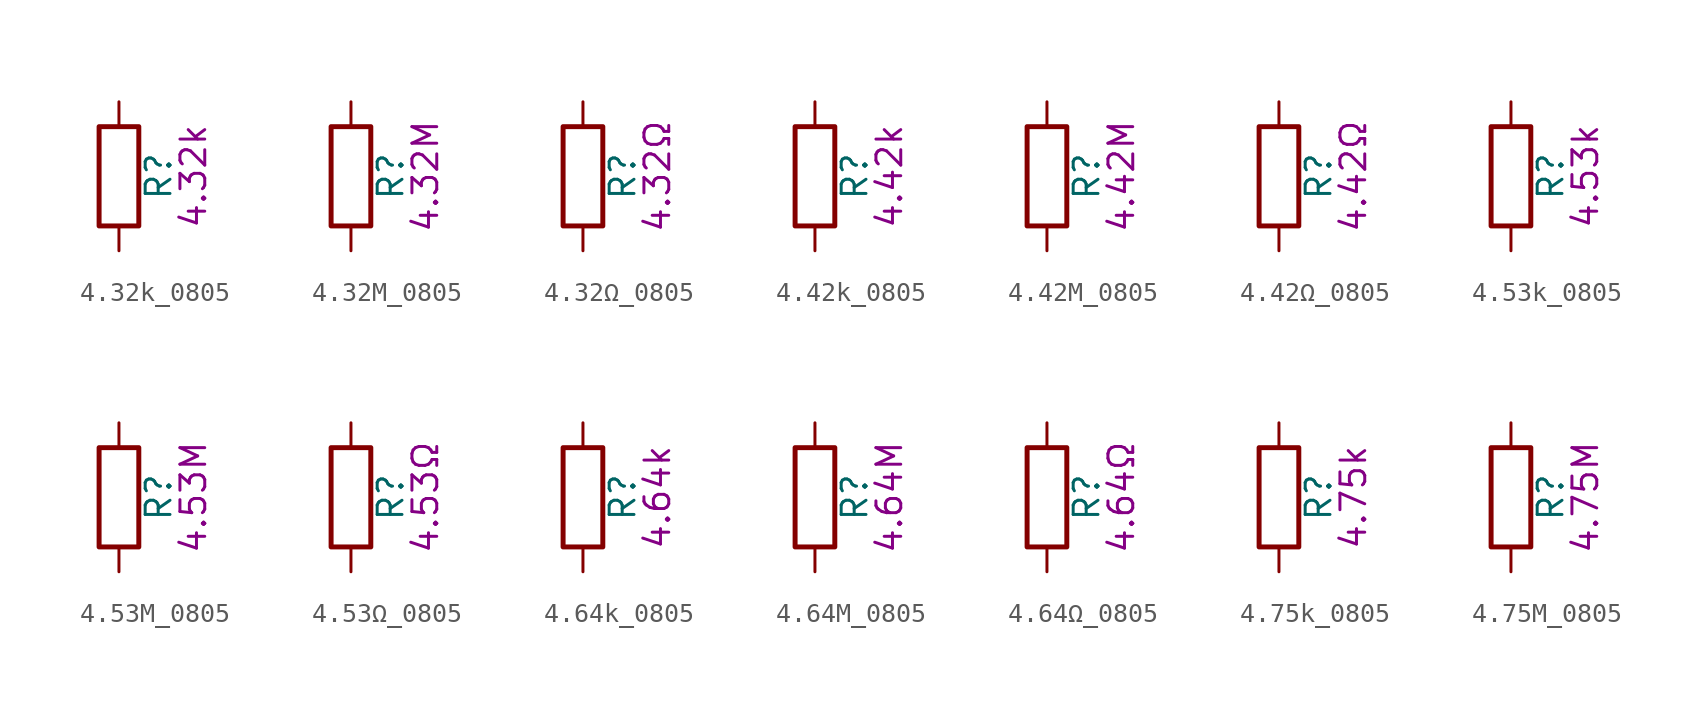
<source format=kicad_sym>
(kicad_symbol_lib
  (version 20211014)
  (generator kicad_symbol_editor)
  (symbol "4.32k_0805"
    (pin_numbers hide)
    (pin_names
      (offset 0))
    (property "Reference" "R"
      (at 2.032 0 90)
      (effects (font (size 1.27 1.27))))
    (property "Display" "4.32k"
      (at 3.81 0 90)
      (effects (font (size 1.27 1.27))))
    (symbol "4.32k_0805_0_1"
      (rectangle (start -1.016 -2.54) (end 1.016 2.54) (stroke (width 0.254) (type default) (color 0 0 0 0)) (fill (type none))))
    (symbol "4.32k_0805_1_1"
      (pin passive line (at 0 3.81 270) (length 1.27) (name "~" (effects (font (size 1.27 1.27)))) (number "1" (effects (font (size 1.27 1.27)))))
      (pin passive line (at 0 -3.81 90) (length 1.27) (name "~" (effects (font (size 1.27 1.27)))) (number "2" (effects (font (size 1.27 1.27)))))))
  (symbol "4.32M_0805"
    (pin_numbers hide)
    (pin_names
      (offset 0))
    (property "Reference" "R"
      (at 2.032 0 90)
      (effects (font (size 1.27 1.27))))
    (property "Display" "4.32M"
      (at 3.81 0 90)
      (effects (font (size 1.27 1.27))))
    (symbol "4.32M_0805_0_1"
      (rectangle (start -1.016 -2.54) (end 1.016 2.54) (stroke (width 0.254) (type default) (color 0 0 0 0)) (fill (type none))))
    (symbol "4.32M_0805_1_1"
      (pin passive line (at 0 3.81 270) (length 1.27) (name "~" (effects (font (size 1.27 1.27)))) (number "1" (effects (font (size 1.27 1.27)))))
      (pin passive line (at 0 -3.81 90) (length 1.27) (name "~" (effects (font (size 1.27 1.27)))) (number "2" (effects (font (size 1.27 1.27)))))))
  (symbol "4.32Ω_0805"
    (pin_numbers hide)
    (pin_names
      (offset 0))
    (property "Reference" "R"
      (at 2.032 0 90)
      (effects (font (size 1.27 1.27))))
    (property "Display" "4.32Ω"
      (at 3.81 0 90)
      (effects (font (size 1.27 1.27))))
    (symbol "4.32Ω_0805_0_1"
      (rectangle (start -1.016 -2.54) (end 1.016 2.54) (stroke (width 0.254) (type default) (color 0 0 0 0)) (fill (type none))))
    (symbol "4.32Ω_0805_1_1"
      (pin passive line (at 0 3.81 270) (length 1.27) (name "~" (effects (font (size 1.27 1.27)))) (number "1" (effects (font (size 1.27 1.27)))))
      (pin passive line (at 0 -3.81 90) (length 1.27) (name "~" (effects (font (size 1.27 1.27)))) (number "2" (effects (font (size 1.27 1.27)))))))
  (symbol "4.42k_0805"
    (pin_numbers hide)
    (pin_names
      (offset 0))
    (property "Reference" "R"
      (at 2.032 0 90)
      (effects (font (size 1.27 1.27))))
    (property "Display" "4.42k"
      (at 3.81 0 90)
      (effects (font (size 1.27 1.27))))
    (symbol "4.42k_0805_0_1"
      (rectangle (start -1.016 -2.54) (end 1.016 2.54) (stroke (width 0.254) (type default) (color 0 0 0 0)) (fill (type none))))
    (symbol "4.42k_0805_1_1"
      (pin passive line (at 0 3.81 270) (length 1.27) (name "~" (effects (font (size 1.27 1.27)))) (number "1" (effects (font (size 1.27 1.27)))))
      (pin passive line (at 0 -3.81 90) (length 1.27) (name "~" (effects (font (size 1.27 1.27)))) (number "2" (effects (font (size 1.27 1.27)))))))
  (symbol "4.42M_0805"
    (pin_numbers hide)
    (pin_names
      (offset 0))
    (property "Reference" "R"
      (at 2.032 0 90)
      (effects (font (size 1.27 1.27))))
    (property "Display" "4.42M"
      (at 3.81 0 90)
      (effects (font (size 1.27 1.27))))
    (symbol "4.42M_0805_0_1"
      (rectangle (start -1.016 -2.54) (end 1.016 2.54) (stroke (width 0.254) (type default) (color 0 0 0 0)) (fill (type none))))
    (symbol "4.42M_0805_1_1"
      (pin passive line (at 0 3.81 270) (length 1.27) (name "~" (effects (font (size 1.27 1.27)))) (number "1" (effects (font (size 1.27 1.27)))))
      (pin passive line (at 0 -3.81 90) (length 1.27) (name "~" (effects (font (size 1.27 1.27)))) (number "2" (effects (font (size 1.27 1.27)))))))
  (symbol "4.42Ω_0805"
    (pin_numbers hide)
    (pin_names
      (offset 0))
    (property "Reference" "R"
      (at 2.032 0 90)
      (effects (font (size 1.27 1.27))))
    (property "Display" "4.42Ω"
      (at 3.81 0 90)
      (effects (font (size 1.27 1.27))))
    (symbol "4.42Ω_0805_0_1"
      (rectangle (start -1.016 -2.54) (end 1.016 2.54) (stroke (width 0.254) (type default) (color 0 0 0 0)) (fill (type none))))
    (symbol "4.42Ω_0805_1_1"
      (pin passive line (at 0 3.81 270) (length 1.27) (name "~" (effects (font (size 1.27 1.27)))) (number "1" (effects (font (size 1.27 1.27)))))
      (pin passive line (at 0 -3.81 90) (length 1.27) (name "~" (effects (font (size 1.27 1.27)))) (number "2" (effects (font (size 1.27 1.27)))))))
  (symbol "4.53k_0805"
    (pin_numbers hide)
    (pin_names
      (offset 0))
    (property "Reference" "R"
      (at 2.032 0 90)
      (effects (font (size 1.27 1.27))))
    (property "Display" "4.53k"
      (at 3.81 0 90)
      (effects (font (size 1.27 1.27))))
    (symbol "4.53k_0805_0_1"
      (rectangle (start -1.016 -2.54) (end 1.016 2.54) (stroke (width 0.254) (type default) (color 0 0 0 0)) (fill (type none))))
    (symbol "4.53k_0805_1_1"
      (pin passive line (at 0 3.81 270) (length 1.27) (name "~" (effects (font (size 1.27 1.27)))) (number "1" (effects (font (size 1.27 1.27)))))
      (pin passive line (at 0 -3.81 90) (length 1.27) (name "~" (effects (font (size 1.27 1.27)))) (number "2" (effects (font (size 1.27 1.27)))))))
  (symbol "4.53M_0805"
    (pin_numbers hide)
    (pin_names
      (offset 0))
    (property "Reference" "R"
      (at 2.032 0 90)
      (effects (font (size 1.27 1.27))))
    (property "Display" "4.53M"
      (at 3.81 0 90)
      (effects (font (size 1.27 1.27))))
    (symbol "4.53M_0805_0_1"
      (rectangle (start -1.016 -2.54) (end 1.016 2.54) (stroke (width 0.254) (type default) (color 0 0 0 0)) (fill (type none))))
    (symbol "4.53M_0805_1_1"
      (pin passive line (at 0 3.81 270) (length 1.27) (name "~" (effects (font (size 1.27 1.27)))) (number "1" (effects (font (size 1.27 1.27)))))
      (pin passive line (at 0 -3.81 90) (length 1.27) (name "~" (effects (font (size 1.27 1.27)))) (number "2" (effects (font (size 1.27 1.27)))))))
  (symbol "4.53Ω_0805"
    (pin_numbers hide)
    (pin_names
      (offset 0))
    (property "Reference" "R"
      (at 2.032 0 90)
      (effects (font (size 1.27 1.27))))
    (property "Display" "4.53Ω"
      (at 3.81 0 90)
      (effects (font (size 1.27 1.27))))
    (symbol "4.53Ω_0805_0_1"
      (rectangle (start -1.016 -2.54) (end 1.016 2.54) (stroke (width 0.254) (type default) (color 0 0 0 0)) (fill (type none))))
    (symbol "4.53Ω_0805_1_1"
      (pin passive line (at 0 3.81 270) (length 1.27) (name "~" (effects (font (size 1.27 1.27)))) (number "1" (effects (font (size 1.27 1.27)))))
      (pin passive line (at 0 -3.81 90) (length 1.27) (name "~" (effects (font (size 1.27 1.27)))) (number "2" (effects (font (size 1.27 1.27)))))))
  (symbol "4.64k_0805"
    (pin_numbers hide)
    (pin_names
      (offset 0))
    (property "Reference" "R"
      (at 2.032 0 90)
      (effects (font (size 1.27 1.27))))
    (property "Display" "4.64k"
      (at 3.81 0 90)
      (effects (font (size 1.27 1.27))))
    (symbol "4.64k_0805_0_1"
      (rectangle (start -1.016 -2.54) (end 1.016 2.54) (stroke (width 0.254) (type default) (color 0 0 0 0)) (fill (type none))))
    (symbol "4.64k_0805_1_1"
      (pin passive line (at 0 3.81 270) (length 1.27) (name "~" (effects (font (size 1.27 1.27)))) (number "1" (effects (font (size 1.27 1.27)))))
      (pin passive line (at 0 -3.81 90) (length 1.27) (name "~" (effects (font (size 1.27 1.27)))) (number "2" (effects (font (size 1.27 1.27)))))))
  (symbol "4.64M_0805"
    (pin_numbers hide)
    (pin_names
      (offset 0))
    (property "Reference" "R"
      (at 2.032 0 90)
      (effects (font (size 1.27 1.27))))
    (property "Display" "4.64M"
      (at 3.81 0 90)
      (effects (font (size 1.27 1.27))))
    (symbol "4.64M_0805_0_1"
      (rectangle (start -1.016 -2.54) (end 1.016 2.54) (stroke (width 0.254) (type default) (color 0 0 0 0)) (fill (type none))))
    (symbol "4.64M_0805_1_1"
      (pin passive line (at 0 3.81 270) (length 1.27) (name "~" (effects (font (size 1.27 1.27)))) (number "1" (effects (font (size 1.27 1.27)))))
      (pin passive line (at 0 -3.81 90) (length 1.27) (name "~" (effects (font (size 1.27 1.27)))) (number "2" (effects (font (size 1.27 1.27)))))))
  (symbol "4.64Ω_0805"
    (pin_numbers hide)
    (pin_names
      (offset 0))
    (property "Reference" "R"
      (at 2.032 0 90)
      (effects (font (size 1.27 1.27))))
    (property "Display" "4.64Ω"
      (at 3.81 0 90)
      (effects (font (size 1.27 1.27))))
    (symbol "4.64Ω_0805_0_1"
      (rectangle (start -1.016 -2.54) (end 1.016 2.54) (stroke (width 0.254) (type default) (color 0 0 0 0)) (fill (type none))))
    (symbol "4.64Ω_0805_1_1"
      (pin passive line (at 0 3.81 270) (length 1.27) (name "~" (effects (font (size 1.27 1.27)))) (number "1" (effects (font (size 1.27 1.27)))))
      (pin passive line (at 0 -3.81 90) (length 1.27) (name "~" (effects (font (size 1.27 1.27)))) (number "2" (effects (font (size 1.27 1.27)))))))
  (symbol "4.75k_0805"
    (pin_numbers hide)
    (pin_names
      (offset 0))
    (property "Reference" "R"
      (at 2.032 0 90)
      (effects (font (size 1.27 1.27))))
    (property "Display" "4.75k"
      (at 3.81 0 90)
      (effects (font (size 1.27 1.27))))
    (symbol "4.75k_0805_0_1"
      (rectangle (start -1.016 -2.54) (end 1.016 2.54) (stroke (width 0.254) (type default) (color 0 0 0 0)) (fill (type none))))
    (symbol "4.75k_0805_1_1"
      (pin passive line (at 0 3.81 270) (length 1.27) (name "~" (effects (font (size 1.27 1.27)))) (number "1" (effects (font (size 1.27 1.27)))))
      (pin passive line (at 0 -3.81 90) (length 1.27) (name "~" (effects (font (size 1.27 1.27)))) (number "2" (effects (font (size 1.27 1.27)))))))
  (symbol "4.75M_0805"
    (pin_numbers hide)
    (pin_names
      (offset 0))
    (property "Reference" "R"
      (at 2.032 0 90)
      (effects (font (size 1.27 1.27))))
    (property "Display" "4.75M"
      (at 3.81 0 90)
      (effects (font (size 1.27 1.27))))
    (symbol "4.75M_0805_0_1"
      (rectangle (start -1.016 -2.54) (end 1.016 2.54) (stroke (width 0.254) (type default) (color 0 0 0 0)) (fill (type none))))
    (symbol "4.75M_0805_1_1"
      (pin passive line (at 0 3.81 270) (length 1.27) (name "~" (effects (font (size 1.27 1.27)))) (number "1" (effects (font (size 1.27 1.27)))))
      (pin passive line (at 0 -3.81 90) (length 1.27) (name "~" (effects (font (size 1.27 1.27)))) (number "2" (effects (font (size 1.27 1.27))))))))
</source>
